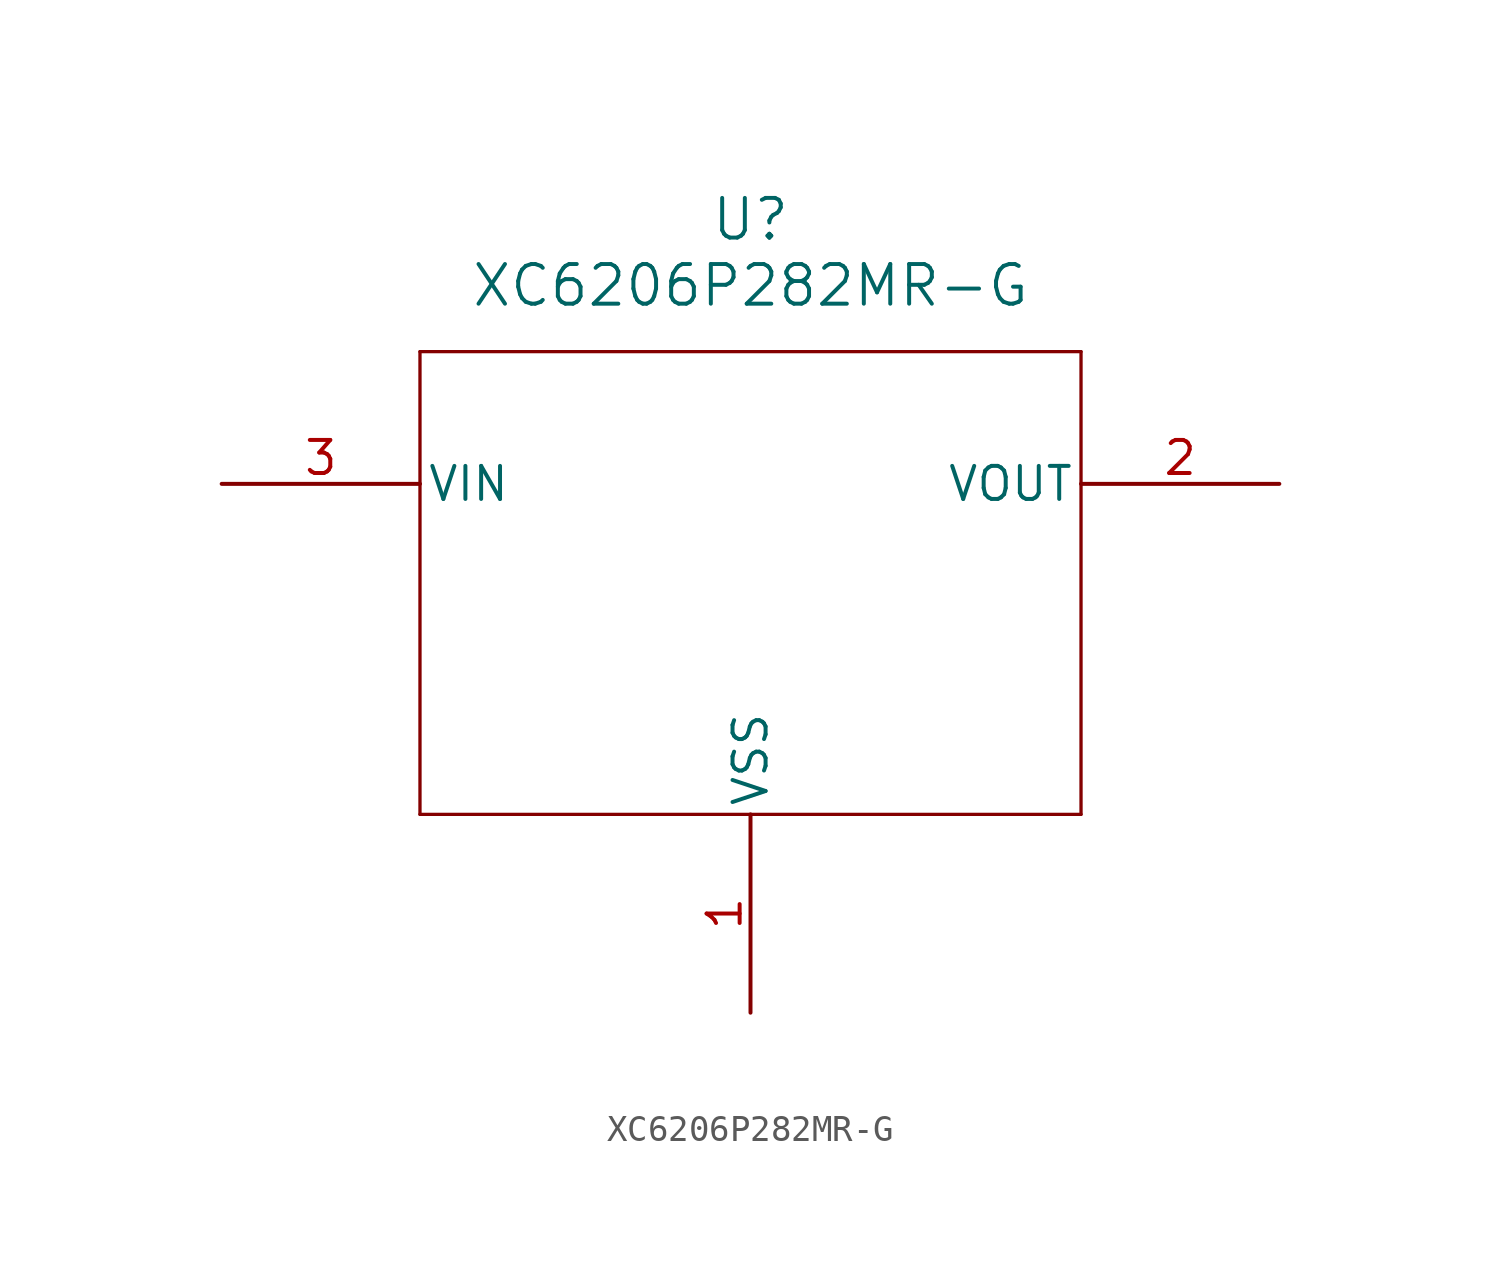
<source format=kicad_sym>
(kicad_symbol_lib
  (version 20211014)
  (generator kicad_symbol_editor)
  (symbol "XC6206P282MR-G"
    (pin_names
      (offset 0.254))
    (property "Reference" "U"
      (at 20.32 10.16 0)
      (effects (font (size 1.524 1.524))))
    (property "Value" "XC6206P282MR-G"
      (at 20.32 7.62 0)
      (effects (font (size 1.524 1.524))))
    (symbol "XC6206P282MR-G_0_1"
      (polyline (pts (xy 7.62 5.08) (xy 7.62 -12.7)) (stroke (width 0.127) (type default) (color 0 0 0 0)) (fill (type none)))
      (polyline (pts (xy 7.62 -12.7) (xy 33.02 -12.7)) (stroke (width 0.127) (type default) (color 0 0 0 0)) (fill (type none)))
      (polyline (pts (xy 33.02 -12.7) (xy 33.02 5.08)) (stroke (width 0.127) (type default) (color 0 0 0 0)) (fill (type none)))
      (polyline (pts (xy 33.02 5.08) (xy 7.62 5.08)) (stroke (width 0.127) (type default) (color 0 0 0 0)) (fill (type none)))
      (pin power_out line (at 20.32 -20.32 90) (length 7.62) (name "VSS" (effects (font (size 1.27 1.27)))) (number "1" (effects (font (size 1.27 1.27)))))
      (pin output line (at 40.64 0 180) (length 7.62) (name "VOUT" (effects (font (size 1.27 1.27)))) (number "2" (effects (font (size 1.27 1.27)))))
      (pin power_in line (at 0 0 0) (length 7.62) (name "VIN" (effects (font (size 1.27 1.27)))) (number "3" (effects (font (size 1.27 1.27))))))))
</source>
